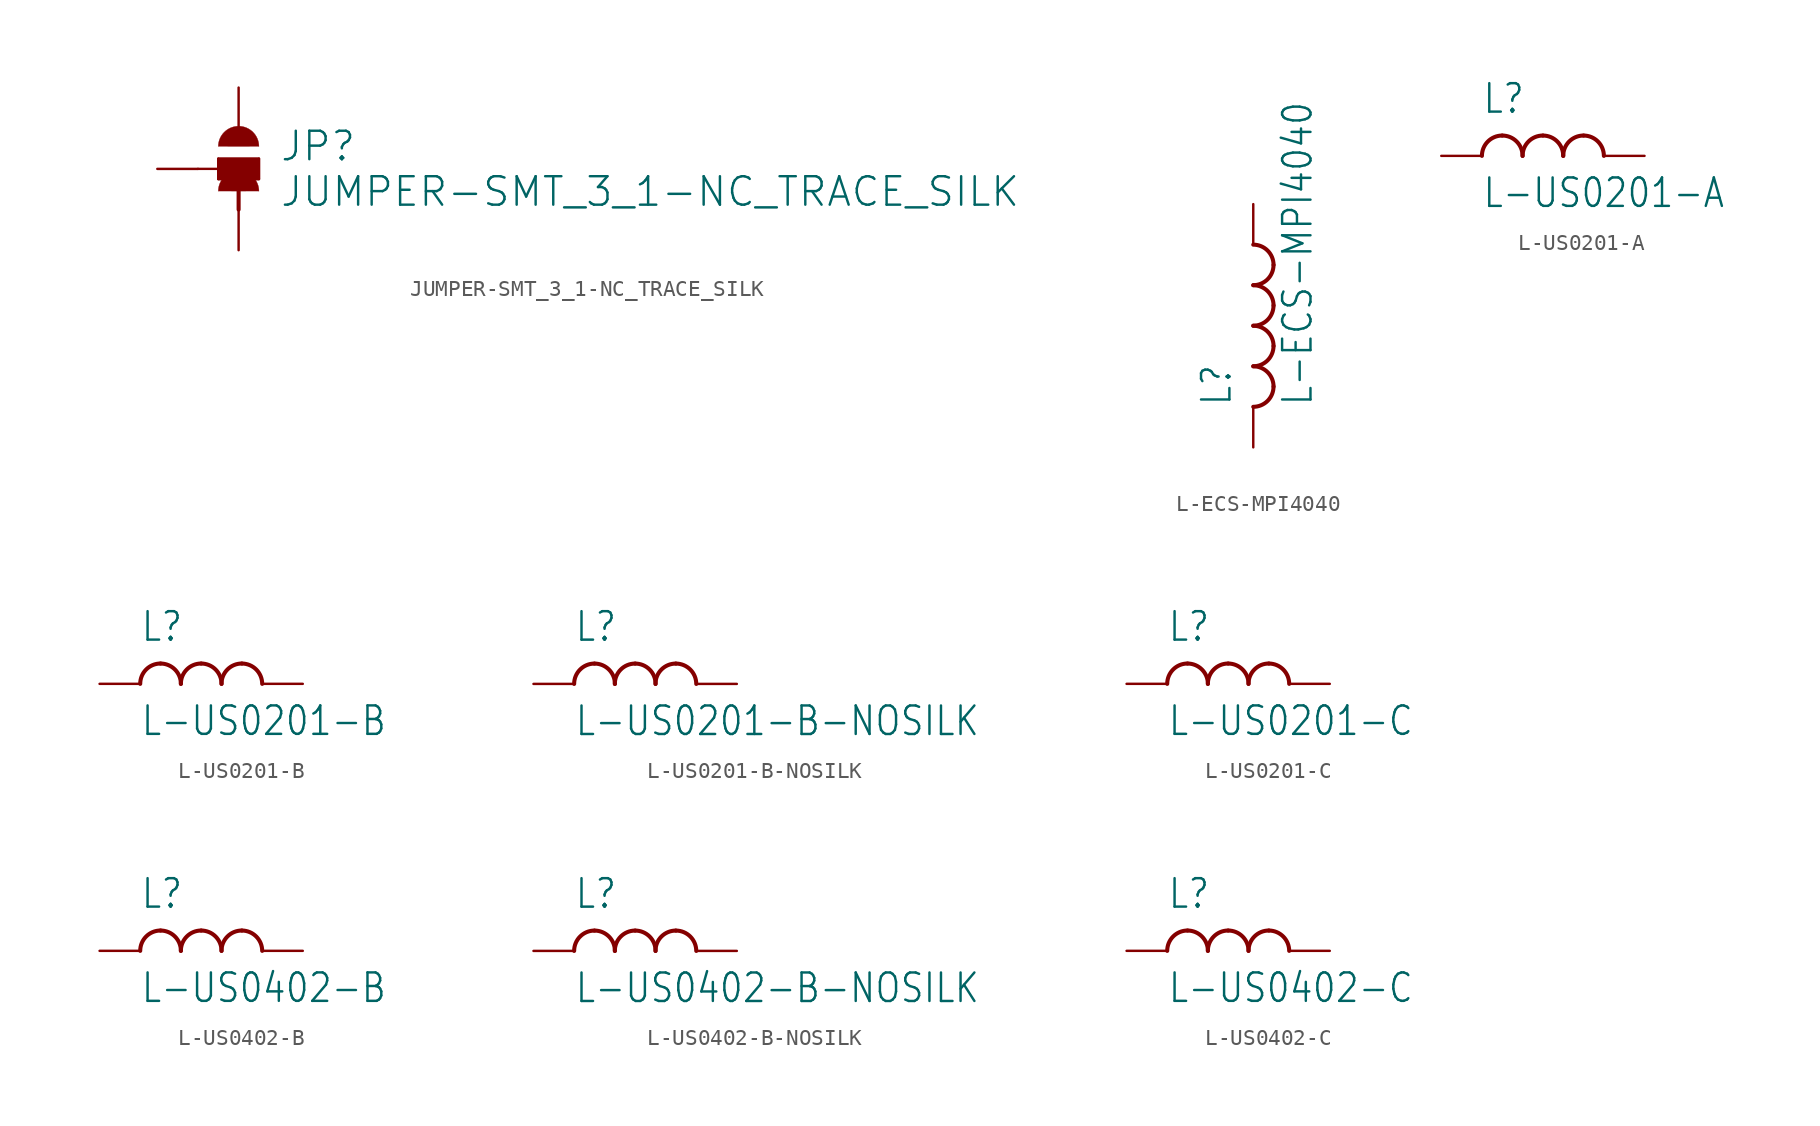
<source format=kicad_sym>
(kicad_symbol_lib
  (version 20211014)
  (generator kicad_symbol_editor)
  (symbol "JUMPER-SMT_3_1-NC_TRACE_SILK"
    (property "Reference" "JP"
      (at 2.54 0.381 0)
      (effects (font (size 1.778 1.778)) (justify left bottom)))
    (property "Value" "JUMPER-SMT_3_1-NC_TRACE_SILK"
      (at 2.54 -0.381 0)
      (effects (font (size 1.778 1.778)) (justify left top)))
    (property "ki_locked" ""
      (at 0 0 0)
      (effects (font (size 1.27 1.27))))
    (symbol "JUMPER-SMT_3_1-NC_TRACE_SILK_1_0"
      (rectangle (start -1.27 -0.635) (end 1.27 0.635) (stroke (width 0) (type default) (color 0 0 0 0)) (fill (type outline)))
      (polyline (pts (xy -2.54 0) (xy -1.27 0)) (stroke (width 0.152) (type default) (color 0 0 0 0)) (fill (type none)))
      (polyline (pts (xy -1.27 -0.635) (xy -1.27 0)) (stroke (width 0.152) (type default) (color 0 0 0 0)) (fill (type none)))
      (polyline (pts (xy -1.27 0) (xy -1.27 0.635)) (stroke (width 0.152) (type default) (color 0 0 0 0)) (fill (type none)))
      (polyline (pts (xy -1.27 0.635) (xy 1.27 0.635)) (stroke (width 0.152) (type default) (color 0 0 0 0)) (fill (type none)))
      (polyline (pts (xy 0 0) (xy 0 -2.54)) (stroke (width 0.254) (type default) (color 0 0 0 0)) (fill (type none)))
      (polyline (pts (xy 1.27 -0.635) (xy -1.27 -0.635)) (stroke (width 0.152) (type default) (color 0 0 0 0)) (fill (type none)))
      (polyline (pts (xy 1.27 0.635) (xy 1.27 -0.635)) (stroke (width 0.152) (type default) (color 0 0 0 0)) (fill (type none)))
      (arc (start 1.27 -1.397) (mid 0 -0.127) (end -1.27 -1.397) (stroke (width 0.0001) (type default) (color 0 0 0 0)) (fill (type outline)))
      (arc (start 1.27 1.397) (mid 0 2.667) (end -1.27 1.397) (stroke (width 0.0001) (type default) (color 0 0 0 0)) (fill (type outline)))
      (pin passive line (at 0 5.08 270) (length 2.54) (name "1" (effects (font (size 0 0)))) (number "1" (effects (font (size 0 0)))))
      (pin passive line (at -5.08 0 0) (length 2.54) (name "2" (effects (font (size 0 0)))) (number "2" (effects (font (size 0 0)))))
      (pin passive line (at 0 -5.08 90) (length 2.54) (name "3" (effects (font (size 0 0)))) (number "3" (effects (font (size 0 0)))))))
  (symbol "L-ECS-MPI4040"
    (property "Reference" "L"
      (at -1.27 -5.08 90)
      (effects (font (size 1.778 1.511)) (justify left bottom)))
    (property "Value" "L-ECS-MPI4040"
      (at 3.81 -5.08 90)
      (effects (font (size 1.778 1.511)) (justify left bottom)))
    (property "ki_locked" ""
      (at 0 0 0)
      (effects (font (size 1.27 1.27))))
    (symbol "L-ECS-MPI4040_1_0"
      (arc (start 0 -5.08) (mid 0.898 -4.708) (end 1.27 -3.81) (stroke (width 0.254) (type default) (color 0 0 0 0)) (fill (type none)))
      (arc (start 0 -2.54) (mid 0.898 -2.168) (end 1.27 -1.27) (stroke (width 0.254) (type default) (color 0 0 0 0)) (fill (type none)))
      (arc (start 0 0) (mid 0.898 0.372) (end 1.27 1.27) (stroke (width 0.254) (type default) (color 0 0 0 0)) (fill (type none)))
      (arc (start 0 2.54) (mid 0.898 2.912) (end 1.27 3.81) (stroke (width 0.254) (type default) (color 0 0 0 0)) (fill (type none)))
      (arc (start 1.27 -3.81) (mid 0.898 -2.912) (end 0 -2.54) (stroke (width 0.254) (type default) (color 0 0 0 0)) (fill (type none)))
      (arc (start 1.27 -1.27) (mid 0.898 -0.372) (end 0 0) (stroke (width 0.254) (type default) (color 0 0 0 0)) (fill (type none)))
      (arc (start 1.27 1.27) (mid 0.898 2.168) (end 0 2.54) (stroke (width 0.254) (type default) (color 0 0 0 0)) (fill (type none)))
      (arc (start 1.27 3.81) (mid 0.898 4.708) (end 0 5.08) (stroke (width 0.254) (type default) (color 0 0 0 0)) (fill (type none)))
      (pin passive line (at 0 7.62 270) (length 2.54) (name "1" (effects (font (size 0 0)))) (number "1" (effects (font (size 0 0)))))
      (pin passive line (at 0 -7.62 90) (length 2.54) (name "2" (effects (font (size 0 0)))) (number "2" (effects (font (size 0 0)))))))
  (symbol "L-US0201-A"
    (property "Reference" "L"
      (at -5.08 2.54 0)
      (effects (font (size 1.778 1.511)) (justify left bottom)))
    (property "Value" "L-US0201-A"
      (at -5.08 -1.27 0)
      (effects (font (size 1.778 1.511)) (justify left top)))
    (property "ki_locked" ""
      (at 0 0 0)
      (effects (font (size 1.27 1.27))))
    (symbol "L-US0201-A_1_0"
      (arc (start -3.81 1.27) (mid -4.708 0.898) (end -5.08 0) (stroke (width 0.254) (type default) (color 0 0 0 0)) (fill (type none)))
      (arc (start -2.54 0) (mid -2.912 0.898) (end -3.81 1.27) (stroke (width 0.254) (type default) (color 0 0 0 0)) (fill (type none)))
      (arc (start -1.27 1.27) (mid -2.168 0.898) (end -2.54 0) (stroke (width 0.254) (type default) (color 0 0 0 0)) (fill (type none)))
      (arc (start 0 0) (mid -0.372 0.898) (end -1.27 1.27) (stroke (width 0.254) (type default) (color 0 0 0 0)) (fill (type none)))
      (arc (start 1.27 1.27) (mid 0.372 0.898) (end 0 0) (stroke (width 0.254) (type default) (color 0 0 0 0)) (fill (type none)))
      (arc (start 2.54 0) (mid 2.168 0.898) (end 1.27 1.27) (stroke (width 0.254) (type default) (color 0 0 0 0)) (fill (type none)))
      (pin passive line (at -7.62 0 0) (length 2.54) (name "1" (effects (font (size 0 0)))) (number "1" (effects (font (size 0 0)))))
      (pin passive line (at 5.08 0 180) (length 2.54) (name "2" (effects (font (size 0 0)))) (number "2" (effects (font (size 0 0)))))))
  (symbol "L-US0201-B"
    (property "Reference" "L"
      (at -5.08 2.54 0)
      (effects (font (size 1.778 1.511)) (justify left bottom)))
    (property "Value" "L-US0201-B"
      (at -5.08 -1.27 0)
      (effects (font (size 1.778 1.511)) (justify left top)))
    (property "ki_locked" ""
      (at 0 0 0)
      (effects (font (size 1.27 1.27))))
    (symbol "L-US0201-B_1_0"
      (arc (start -3.81 1.27) (mid -4.708 0.898) (end -5.08 0) (stroke (width 0.254) (type default) (color 0 0 0 0)) (fill (type none)))
      (arc (start -2.54 0) (mid -2.912 0.898) (end -3.81 1.27) (stroke (width 0.254) (type default) (color 0 0 0 0)) (fill (type none)))
      (arc (start -1.27 1.27) (mid -2.168 0.898) (end -2.54 0) (stroke (width 0.254) (type default) (color 0 0 0 0)) (fill (type none)))
      (arc (start 0 0) (mid -0.372 0.898) (end -1.27 1.27) (stroke (width 0.254) (type default) (color 0 0 0 0)) (fill (type none)))
      (arc (start 1.27 1.27) (mid 0.372 0.898) (end 0 0) (stroke (width 0.254) (type default) (color 0 0 0 0)) (fill (type none)))
      (arc (start 2.54 0) (mid 2.168 0.898) (end 1.27 1.27) (stroke (width 0.254) (type default) (color 0 0 0 0)) (fill (type none)))
      (pin passive line (at -7.62 0 0) (length 2.54) (name "1" (effects (font (size 0 0)))) (number "1" (effects (font (size 0 0)))))
      (pin passive line (at 5.08 0 180) (length 2.54) (name "2" (effects (font (size 0 0)))) (number "2" (effects (font (size 0 0)))))))
  (symbol "L-US0201-B-NOSILK"
    (property "Reference" "L"
      (at -5.08 2.54 0)
      (effects (font (size 1.778 1.511)) (justify left bottom)))
    (property "Value" "L-US0201-B-NOSILK"
      (at -5.08 -1.27 0)
      (effects (font (size 1.778 1.511)) (justify left top)))
    (property "ki_locked" ""
      (at 0 0 0)
      (effects (font (size 1.27 1.27))))
    (symbol "L-US0201-B-NOSILK_1_0"
      (arc (start -3.81 1.27) (mid -4.708 0.898) (end -5.08 0) (stroke (width 0.254) (type default) (color 0 0 0 0)) (fill (type none)))
      (arc (start -2.54 0) (mid -2.912 0.898) (end -3.81 1.27) (stroke (width 0.254) (type default) (color 0 0 0 0)) (fill (type none)))
      (arc (start -1.27 1.27) (mid -2.168 0.898) (end -2.54 0) (stroke (width 0.254) (type default) (color 0 0 0 0)) (fill (type none)))
      (arc (start 0 0) (mid -0.372 0.898) (end -1.27 1.27) (stroke (width 0.254) (type default) (color 0 0 0 0)) (fill (type none)))
      (arc (start 1.27 1.27) (mid 0.372 0.898) (end 0 0) (stroke (width 0.254) (type default) (color 0 0 0 0)) (fill (type none)))
      (arc (start 2.54 0) (mid 2.168 0.898) (end 1.27 1.27) (stroke (width 0.254) (type default) (color 0 0 0 0)) (fill (type none)))
      (pin passive line (at -7.62 0 0) (length 2.54) (name "1" (effects (font (size 0 0)))) (number "1" (effects (font (size 0 0)))))
      (pin passive line (at 5.08 0 180) (length 2.54) (name "2" (effects (font (size 0 0)))) (number "2" (effects (font (size 0 0)))))))
  (symbol "L-US0201-C"
    (property "Reference" "L"
      (at -5.08 2.54 0)
      (effects (font (size 1.778 1.511)) (justify left bottom)))
    (property "Value" "L-US0201-C"
      (at -5.08 -1.27 0)
      (effects (font (size 1.778 1.511)) (justify left top)))
    (property "ki_locked" ""
      (at 0 0 0)
      (effects (font (size 1.27 1.27))))
    (symbol "L-US0201-C_1_0"
      (arc (start -3.81 1.27) (mid -4.708 0.898) (end -5.08 0) (stroke (width 0.254) (type default) (color 0 0 0 0)) (fill (type none)))
      (arc (start -2.54 0) (mid -2.912 0.898) (end -3.81 1.27) (stroke (width 0.254) (type default) (color 0 0 0 0)) (fill (type none)))
      (arc (start -1.27 1.27) (mid -2.168 0.898) (end -2.54 0) (stroke (width 0.254) (type default) (color 0 0 0 0)) (fill (type none)))
      (arc (start 0 0) (mid -0.372 0.898) (end -1.27 1.27) (stroke (width 0.254) (type default) (color 0 0 0 0)) (fill (type none)))
      (arc (start 1.27 1.27) (mid 0.372 0.898) (end 0 0) (stroke (width 0.254) (type default) (color 0 0 0 0)) (fill (type none)))
      (arc (start 2.54 0) (mid 2.168 0.898) (end 1.27 1.27) (stroke (width 0.254) (type default) (color 0 0 0 0)) (fill (type none)))
      (pin passive line (at -7.62 0 0) (length 2.54) (name "1" (effects (font (size 0 0)))) (number "1" (effects (font (size 0 0)))))
      (pin passive line (at 5.08 0 180) (length 2.54) (name "2" (effects (font (size 0 0)))) (number "2" (effects (font (size 0 0)))))))
  (symbol "L-US0402-B"
    (property "Reference" "L"
      (at -5.08 2.54 0)
      (effects (font (size 1.778 1.511)) (justify left bottom)))
    (property "Value" "L-US0402-B"
      (at -5.08 -1.27 0)
      (effects (font (size 1.778 1.511)) (justify left top)))
    (property "ki_locked" ""
      (at 0 0 0)
      (effects (font (size 1.27 1.27))))
    (symbol "L-US0402-B_1_0"
      (arc (start -3.81 1.27) (mid -4.708 0.898) (end -5.08 0) (stroke (width 0.254) (type default) (color 0 0 0 0)) (fill (type none)))
      (arc (start -2.54 0) (mid -2.912 0.898) (end -3.81 1.27) (stroke (width 0.254) (type default) (color 0 0 0 0)) (fill (type none)))
      (arc (start -1.27 1.27) (mid -2.168 0.898) (end -2.54 0) (stroke (width 0.254) (type default) (color 0 0 0 0)) (fill (type none)))
      (arc (start 0 0) (mid -0.372 0.898) (end -1.27 1.27) (stroke (width 0.254) (type default) (color 0 0 0 0)) (fill (type none)))
      (arc (start 1.27 1.27) (mid 0.372 0.898) (end 0 0) (stroke (width 0.254) (type default) (color 0 0 0 0)) (fill (type none)))
      (arc (start 2.54 0) (mid 2.168 0.898) (end 1.27 1.27) (stroke (width 0.254) (type default) (color 0 0 0 0)) (fill (type none)))
      (pin passive line (at -7.62 0 0) (length 2.54) (name "1" (effects (font (size 0 0)))) (number "1" (effects (font (size 0 0)))))
      (pin passive line (at 5.08 0 180) (length 2.54) (name "2" (effects (font (size 0 0)))) (number "2" (effects (font (size 0 0)))))))
  (symbol "L-US0402-B-NOSILK"
    (property "Reference" "L"
      (at -5.08 2.54 0)
      (effects (font (size 1.778 1.511)) (justify left bottom)))
    (property "Value" "L-US0402-B-NOSILK"
      (at -5.08 -1.27 0)
      (effects (font (size 1.778 1.511)) (justify left top)))
    (property "ki_locked" ""
      (at 0 0 0)
      (effects (font (size 1.27 1.27))))
    (symbol "L-US0402-B-NOSILK_1_0"
      (arc (start -3.81 1.27) (mid -4.708 0.898) (end -5.08 0) (stroke (width 0.254) (type default) (color 0 0 0 0)) (fill (type none)))
      (arc (start -2.54 0) (mid -2.912 0.898) (end -3.81 1.27) (stroke (width 0.254) (type default) (color 0 0 0 0)) (fill (type none)))
      (arc (start -1.27 1.27) (mid -2.168 0.898) (end -2.54 0) (stroke (width 0.254) (type default) (color 0 0 0 0)) (fill (type none)))
      (arc (start 0 0) (mid -0.372 0.898) (end -1.27 1.27) (stroke (width 0.254) (type default) (color 0 0 0 0)) (fill (type none)))
      (arc (start 1.27 1.27) (mid 0.372 0.898) (end 0 0) (stroke (width 0.254) (type default) (color 0 0 0 0)) (fill (type none)))
      (arc (start 2.54 0) (mid 2.168 0.898) (end 1.27 1.27) (stroke (width 0.254) (type default) (color 0 0 0 0)) (fill (type none)))
      (pin passive line (at -7.62 0 0) (length 2.54) (name "1" (effects (font (size 0 0)))) (number "1" (effects (font (size 0 0)))))
      (pin passive line (at 5.08 0 180) (length 2.54) (name "2" (effects (font (size 0 0)))) (number "2" (effects (font (size 0 0)))))))
  (symbol "L-US0402-C"
    (property "Reference" "L"
      (at -5.08 2.54 0)
      (effects (font (size 1.778 1.511)) (justify left bottom)))
    (property "Value" "L-US0402-C"
      (at -5.08 -1.27 0)
      (effects (font (size 1.778 1.511)) (justify left top)))
    (property "ki_locked" ""
      (at 0 0 0)
      (effects (font (size 1.27 1.27))))
    (symbol "L-US0402-C_1_0"
      (arc (start -3.81 1.27) (mid -4.708 0.898) (end -5.08 0) (stroke (width 0.254) (type default) (color 0 0 0 0)) (fill (type none)))
      (arc (start -2.54 0) (mid -2.912 0.898) (end -3.81 1.27) (stroke (width 0.254) (type default) (color 0 0 0 0)) (fill (type none)))
      (arc (start -1.27 1.27) (mid -2.168 0.898) (end -2.54 0) (stroke (width 0.254) (type default) (color 0 0 0 0)) (fill (type none)))
      (arc (start 0 0) (mid -0.372 0.898) (end -1.27 1.27) (stroke (width 0.254) (type default) (color 0 0 0 0)) (fill (type none)))
      (arc (start 1.27 1.27) (mid 0.372 0.898) (end 0 0) (stroke (width 0.254) (type default) (color 0 0 0 0)) (fill (type none)))
      (arc (start 2.54 0) (mid 2.168 0.898) (end 1.27 1.27) (stroke (width 0.254) (type default) (color 0 0 0 0)) (fill (type none)))
      (pin passive line (at -7.62 0 0) (length 2.54) (name "1" (effects (font (size 0 0)))) (number "1" (effects (font (size 0 0)))))
      (pin passive line (at 5.08 0 180) (length 2.54) (name "2" (effects (font (size 0 0)))) (number "2" (effects (font (size 0 0))))))))
</source>
